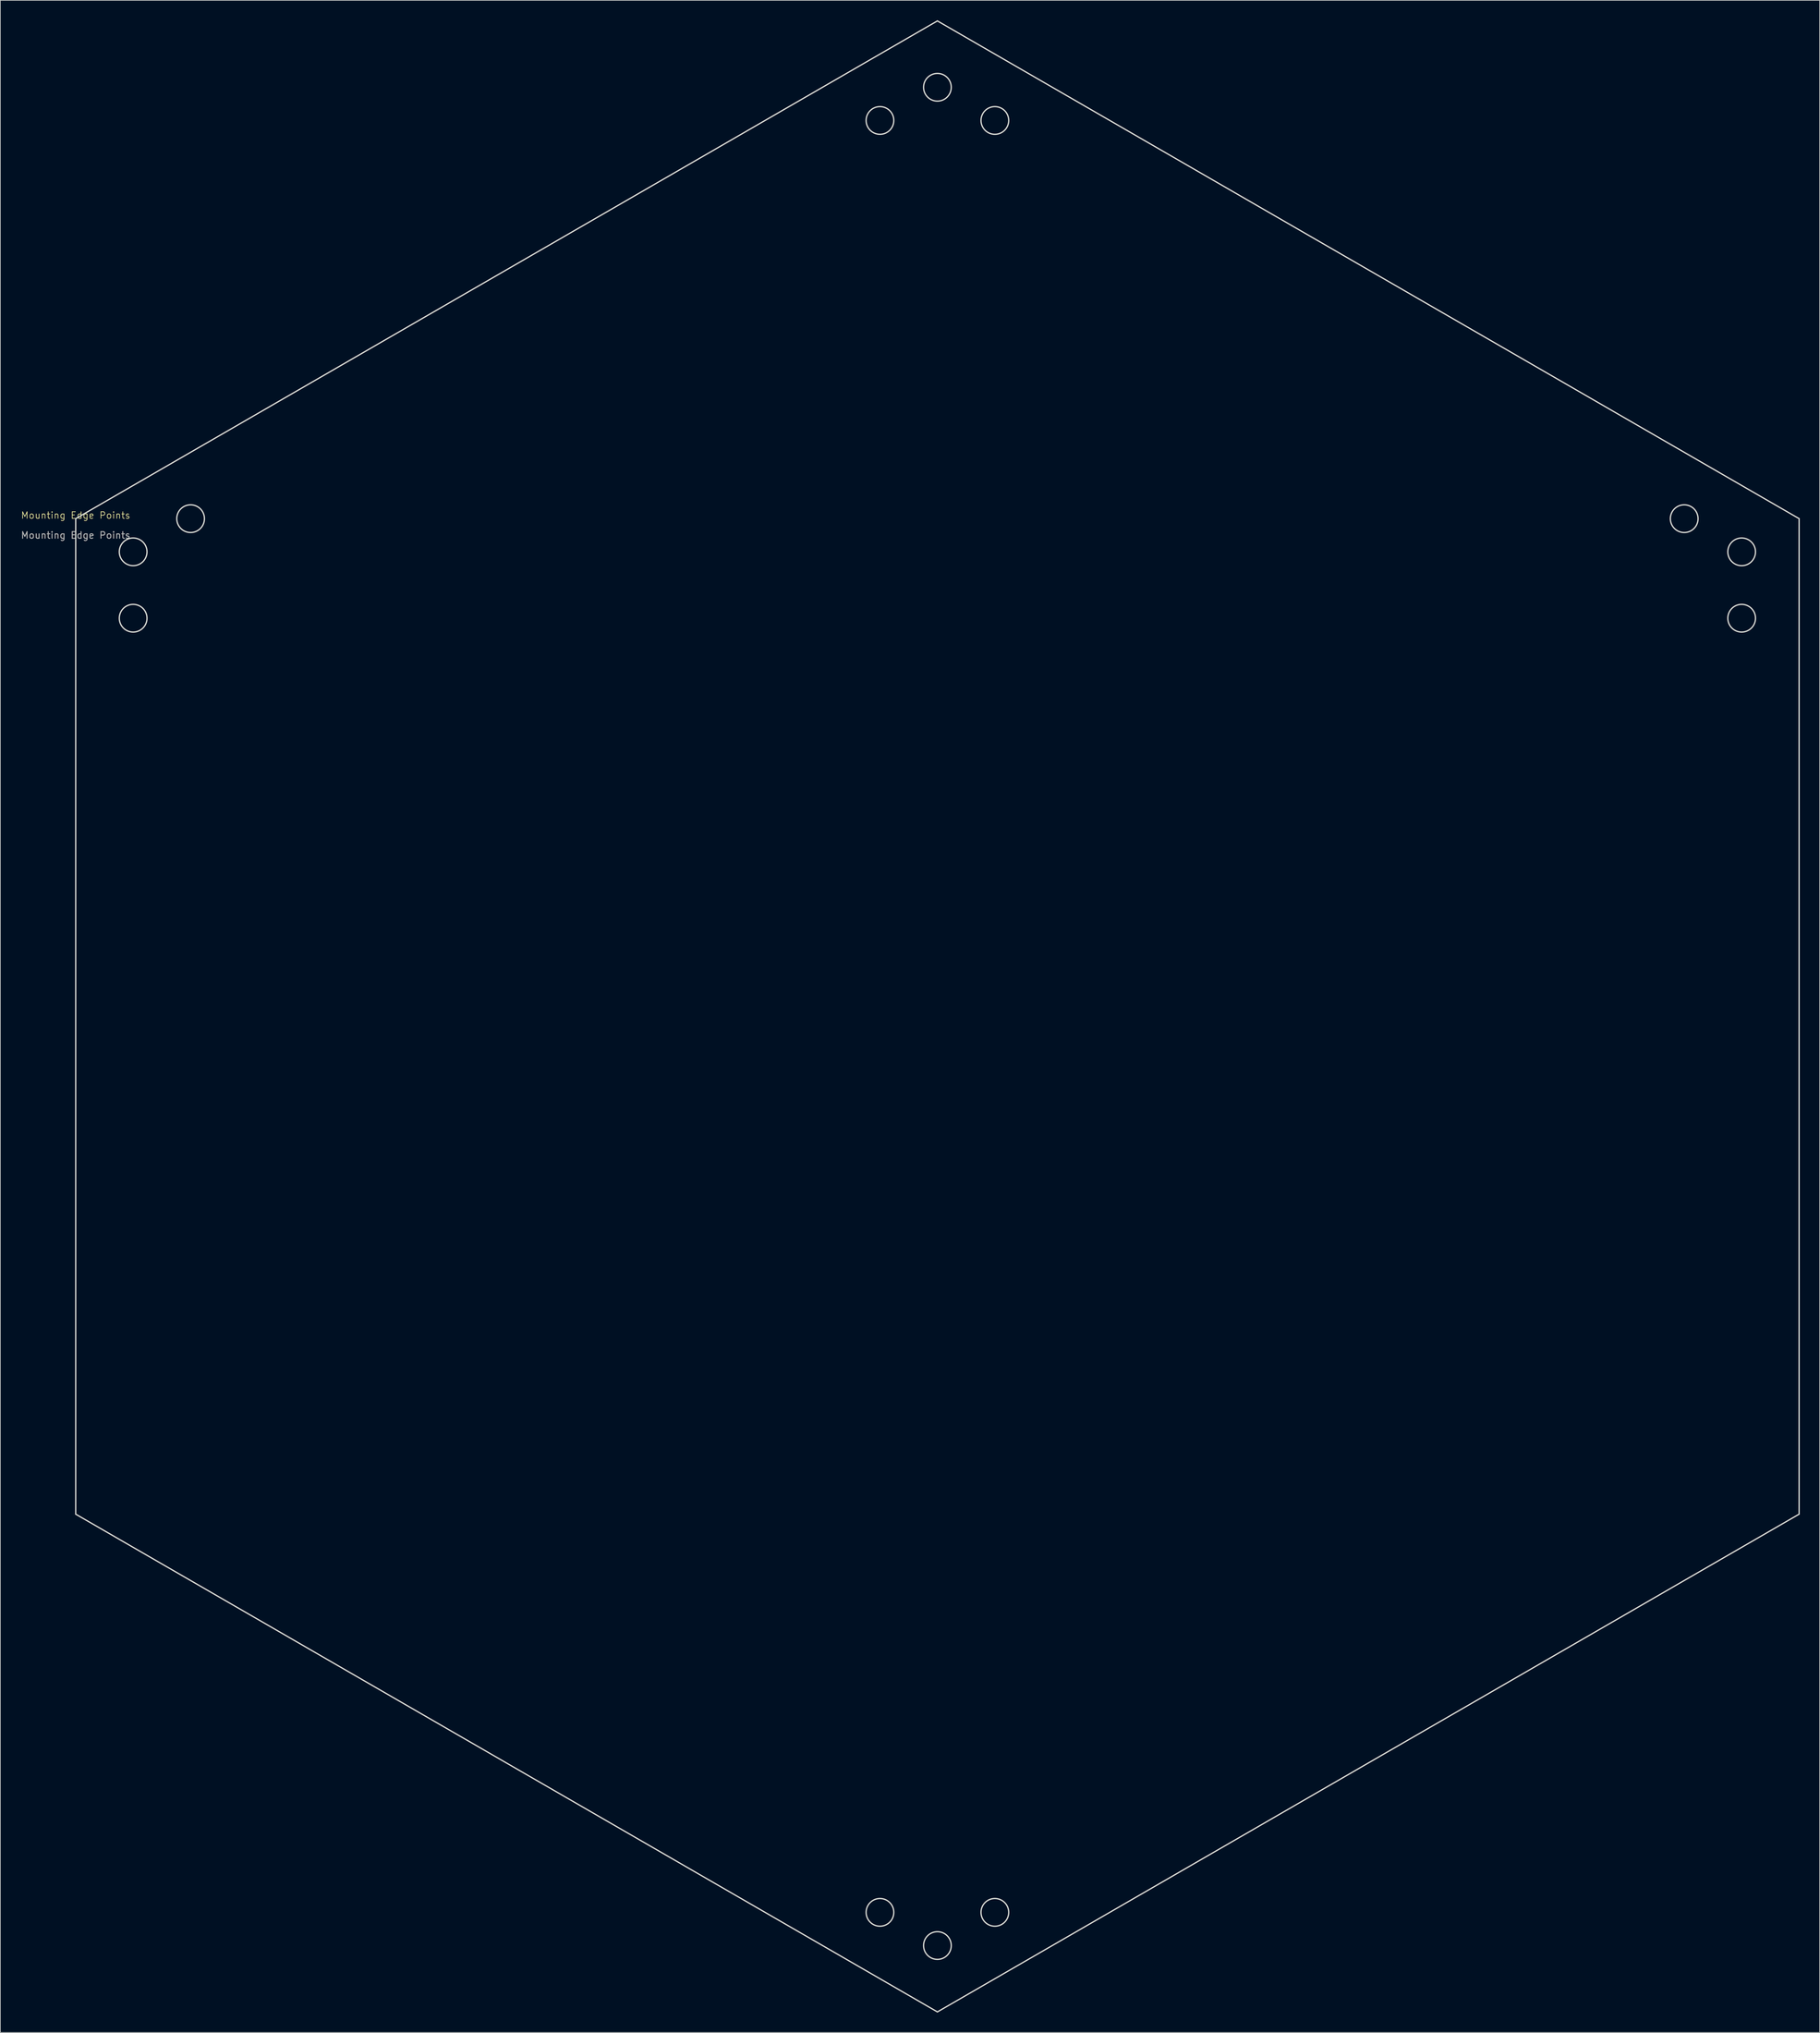
<source format=kicad_pcb>
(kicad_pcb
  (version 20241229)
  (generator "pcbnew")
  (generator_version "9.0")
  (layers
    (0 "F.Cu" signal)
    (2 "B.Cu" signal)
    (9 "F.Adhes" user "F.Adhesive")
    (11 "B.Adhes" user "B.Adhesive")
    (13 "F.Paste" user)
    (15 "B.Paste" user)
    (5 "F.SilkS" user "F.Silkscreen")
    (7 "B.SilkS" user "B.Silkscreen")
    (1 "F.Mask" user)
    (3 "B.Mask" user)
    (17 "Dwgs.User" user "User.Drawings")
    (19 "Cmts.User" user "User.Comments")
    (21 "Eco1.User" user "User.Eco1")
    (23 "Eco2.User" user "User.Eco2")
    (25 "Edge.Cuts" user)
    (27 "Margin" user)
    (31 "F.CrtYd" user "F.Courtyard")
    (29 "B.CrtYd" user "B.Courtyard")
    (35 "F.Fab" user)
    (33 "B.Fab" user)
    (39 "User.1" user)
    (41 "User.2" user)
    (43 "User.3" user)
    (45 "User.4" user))
  (footprint "Mounting Edge Points"
    (layer "F.Cu")
    (at 8.363 75.1)
    (property "Reference" "Mounting Edge Points" (at 0 -0.5 0) (unlocked yes) (layer "F.SilkS") (effects (font (size 1 1) (thickness 0.1))))
    (attr through_hole)
    (fp_line (start 0 0) (end 0 150) (stroke (width 0.2) (type solid)) (layer "Edge.Cuts"))
    (fp_line (start 0 150) (end 129.904 225) (stroke (width 0.2) (type solid)) (layer "Edge.Cuts"))
    (fp_line (start 129.904 -75) (end 0 0) (stroke (width 0.2) (type solid)) (layer "Edge.Cuts"))
    (fp_line (start 129.904 225) (end 259.808 150) (stroke (width 0.2) (type solid)) (layer "Edge.Cuts"))
    (fp_line (start 259.808 0) (end 129.904 -75) (stroke (width 0.2) (type solid)) (layer "Edge.Cuts"))
    (fp_line (start 259.808 150) (end 259.808 0) (stroke (width 0.2) (type solid)) (layer "Edge.Cuts"))
    (fp_circle (center 8.66 5) (end 10.748 5) (stroke (width 0.2) (type solid)) (fill no) (layer "Edge.Cuts"))
    (fp_circle (center 8.66 15) (end 10.748 15) (stroke (width 0.2) (type solid)) (fill no) (layer "Edge.Cuts"))
    (fp_circle (center 17.321 0) (end 19.408 0) (stroke (width 0.2) (type solid)) (fill no) (layer "Edge.Cuts"))
    (fp_circle (center 121.244 -60) (end 123.331 -60) (stroke (width 0.2) (type solid)) (fill no) (layer "Edge.Cuts"))
    (fp_circle (center 121.244 210) (end 123.331 210) (stroke (width 0.2) (type solid)) (fill no) (layer "Edge.Cuts"))
    (fp_circle (center 129.904 -65) (end 131.991 -65) (stroke (width 0.2) (type solid)) (fill no) (layer "Edge.Cuts"))
    (fp_circle (center 129.904 215) (end 131.991 215) (stroke (width 0.2) (type solid)) (fill no) (layer "Edge.Cuts"))
    (fp_circle (center 138.564 -60) (end 140.652 -60) (stroke (width 0.2) (type solid)) (fill no) (layer "Edge.Cuts"))
    (fp_circle (center 138.564 210) (end 140.652 210) (stroke (width 0.2) (type solid)) (fill no) (layer "Edge.Cuts"))
    (fp_circle (center 242.487 0) (end 244.575 0) (stroke (width 0.2) (type solid)) (fill no) (layer "Edge.Cuts"))
    (fp_circle (center 251.147 5) (end 253.235 5) (stroke (width 0.2) (type solid)) (fill no) (layer "Edge.Cuts"))
    (fp_circle (center 251.147 15) (end 253.235 15) (stroke (width 0.2) (type solid)) (fill no) (layer "Edge.Cuts"))
    (fp_text user "${REFERENCE}" (at 0 2.5 0) (unlocked yes) (layer "F.Fab") (effects (font (size 1 1) (thickness 0.15)))))
  (gr_rect
    (start -3 -3)
    (end 271.271 303.2)
    (stroke (width 0.1) (type default))
    (fill no)
    (layer "Edge.Cuts")))
</source>
